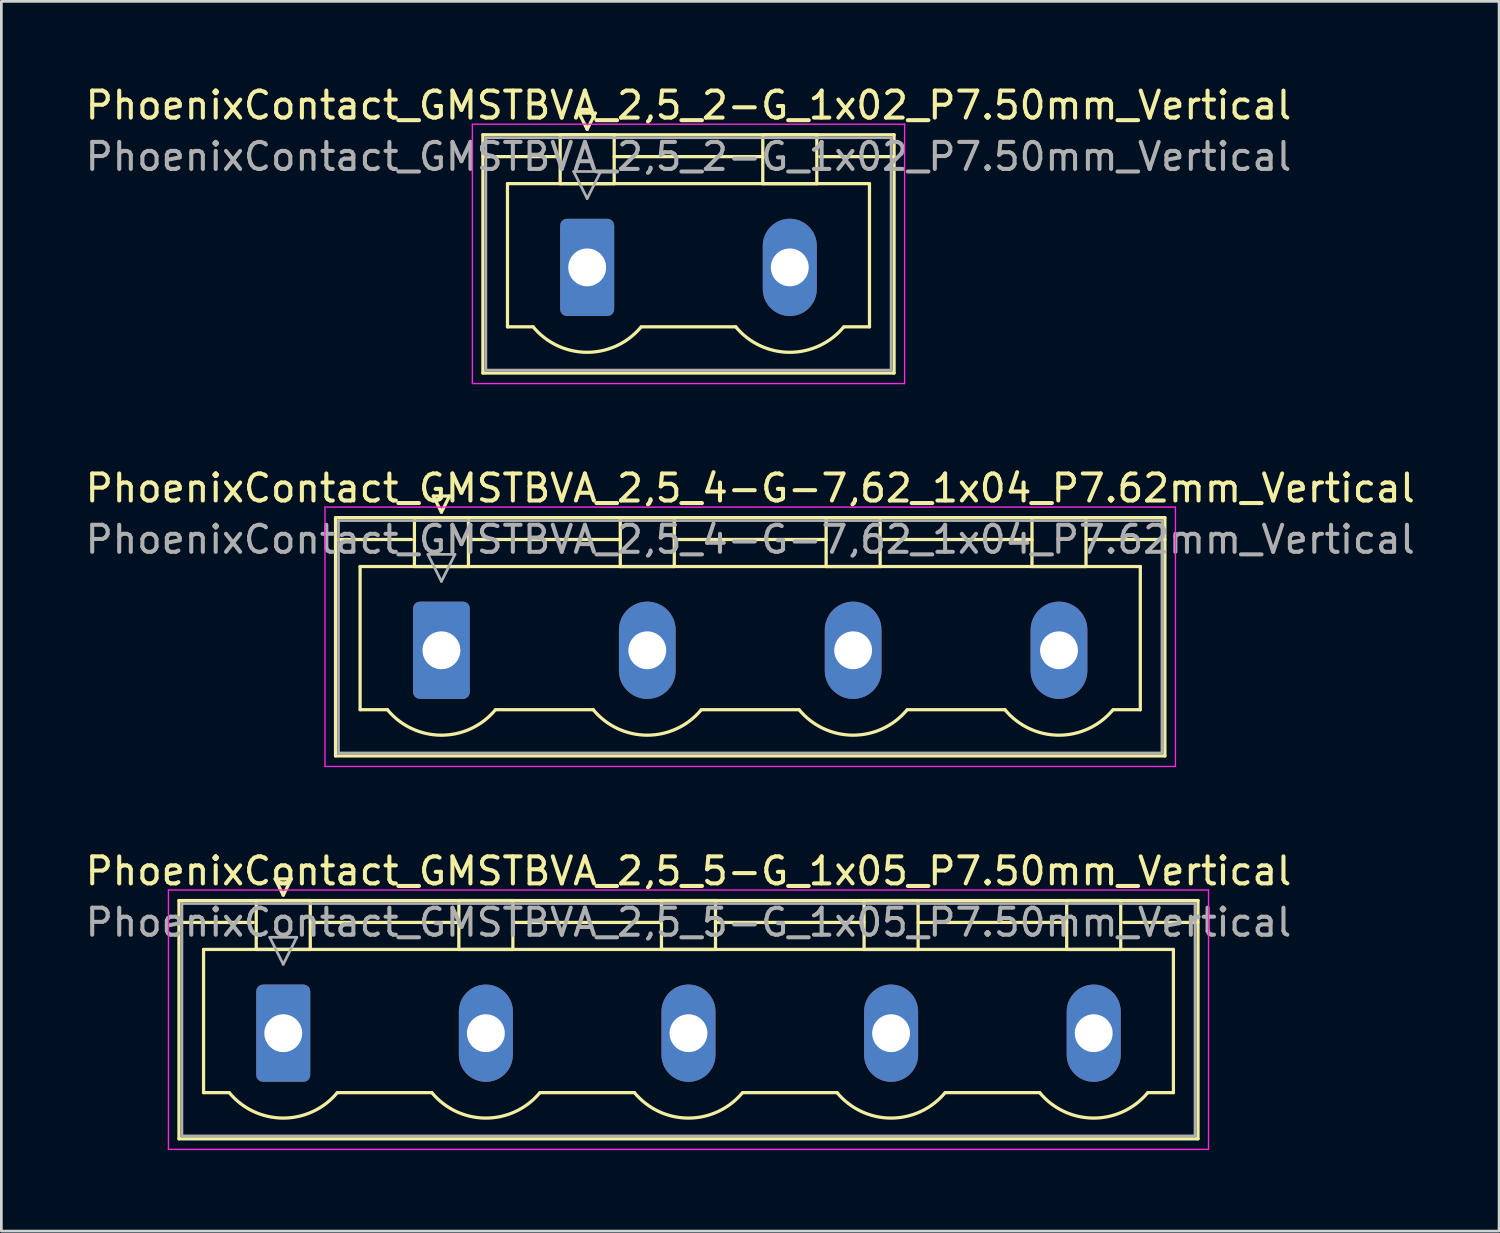
<source format=kicad_pcb>
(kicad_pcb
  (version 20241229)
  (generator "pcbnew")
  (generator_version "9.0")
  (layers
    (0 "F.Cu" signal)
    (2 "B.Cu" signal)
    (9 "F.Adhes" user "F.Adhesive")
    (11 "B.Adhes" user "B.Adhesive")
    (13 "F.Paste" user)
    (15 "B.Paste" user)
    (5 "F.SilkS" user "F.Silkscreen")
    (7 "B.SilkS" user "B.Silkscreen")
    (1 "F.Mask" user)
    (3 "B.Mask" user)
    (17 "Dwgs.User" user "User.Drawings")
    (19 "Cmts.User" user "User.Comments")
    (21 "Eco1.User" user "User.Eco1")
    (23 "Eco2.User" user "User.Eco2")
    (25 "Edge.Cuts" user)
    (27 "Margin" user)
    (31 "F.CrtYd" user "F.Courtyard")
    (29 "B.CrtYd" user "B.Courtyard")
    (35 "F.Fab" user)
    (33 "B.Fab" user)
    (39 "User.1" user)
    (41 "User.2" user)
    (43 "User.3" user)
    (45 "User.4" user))
  (footprint "PhoenixContact_GMSTBVA_2,5_4-G-7,62_1x04_P7.62mm_Vertical"
    (layer "F.Cu")
    (at 13.29 21.021)
    (property "Reference" "PhoenixContact_GMSTBVA_2,5_4-G-7,62_1x04_P7.62mm_Vertical" (at 11.43 -6 0) (layer "F.SilkS") (effects (font (size 1 1) (thickness 0.15))))
    (attr through_hole)
    (fp_line (start -3.92 -4.91) (end -3.92 3.91) (stroke (width 0.12) (type solid)) (layer "F.SilkS"))
    (fp_line (start -3.92 -4.1) (end -1.11 -4.1) (stroke (width 0.12) (type solid)) (layer "F.SilkS"))
    (fp_line (start -3.92 3.91) (end 26.78 3.91) (stroke (width 0.12) (type solid)) (layer "F.SilkS"))
    (fp_line (start -3.01 -3.1) (end 25.87 -3.1) (stroke (width 0.12) (type solid)) (layer "F.SilkS"))
    (fp_line (start -3.01 2.2) (end -3.01 -3.1) (stroke (width 0.12) (type solid)) (layer "F.SilkS"))
    (fp_line (start -2 2.2) (end -3.01 2.2) (stroke (width 0.12) (type solid)) (layer "F.SilkS"))
    (fp_line (start -1 -4.91) (end 1 -4.91) (stroke (width 0.12) (type solid)) (layer "F.SilkS"))
    (fp_line (start -1 -3.1) (end -1 -4.91) (stroke (width 0.12) (type solid)) (layer "F.SilkS"))
    (fp_line (start -0.3 -5.71) (end 0.3 -5.71) (stroke (width 0.12) (type solid)) (layer "F.SilkS"))
    (fp_line (start 0 -5.11) (end -0.3 -5.71) (stroke (width 0.12) (type solid)) (layer "F.SilkS"))
    (fp_line (start 0.3 -5.71) (end 0 -5.11) (stroke (width 0.12) (type solid)) (layer "F.SilkS"))
    (fp_line (start 1 -4.91) (end 1 -3.1) (stroke (width 0.12) (type solid)) (layer "F.SilkS"))
    (fp_line (start 1 -4.1) (end 6.62 -4.1) (stroke (width 0.12) (type solid)) (layer "F.SilkS"))
    (fp_line (start 1 -3.1) (end -1 -3.1) (stroke (width 0.12) (type solid)) (layer "F.SilkS"))
    (fp_line (start 2 2.2) (end 5.62 2.2) (stroke (width 0.12) (type solid)) (layer "F.SilkS"))
    (fp_line (start 6.62 -4.91) (end 8.62 -4.91) (stroke (width 0.12) (type solid)) (layer "F.SilkS"))
    (fp_line (start 6.62 -3.1) (end 6.62 -4.91) (stroke (width 0.12) (type solid)) (layer "F.SilkS"))
    (fp_line (start 8.62 -4.91) (end 8.62 -3.1) (stroke (width 0.12) (type solid)) (layer "F.SilkS"))
    (fp_line (start 8.62 -4.1) (end 14.24 -4.1) (stroke (width 0.12) (type solid)) (layer "F.SilkS"))
    (fp_line (start 8.62 -3.1) (end 6.62 -3.1) (stroke (width 0.12) (type solid)) (layer "F.SilkS"))
    (fp_line (start 9.62 2.2) (end 13.24 2.2) (stroke (width 0.12) (type solid)) (layer "F.SilkS"))
    (fp_line (start 14.24 -4.91) (end 16.24 -4.91) (stroke (width 0.12) (type solid)) (layer "F.SilkS"))
    (fp_line (start 14.24 -3.1) (end 14.24 -4.91) (stroke (width 0.12) (type solid)) (layer "F.SilkS"))
    (fp_line (start 16.24 -4.91) (end 16.24 -3.1) (stroke (width 0.12) (type solid)) (layer "F.SilkS"))
    (fp_line (start 16.24 -4.1) (end 21.86 -4.1) (stroke (width 0.12) (type solid)) (layer "F.SilkS"))
    (fp_line (start 16.24 -3.1) (end 14.24 -3.1) (stroke (width 0.12) (type solid)) (layer "F.SilkS"))
    (fp_line (start 17.24 2.2) (end 20.86 2.2) (stroke (width 0.12) (type solid)) (layer "F.SilkS"))
    (fp_line (start 21.86 -4.91) (end 23.86 -4.91) (stroke (width 0.12) (type solid)) (layer "F.SilkS"))
    (fp_line (start 21.86 -3.1) (end 21.86 -4.91) (stroke (width 0.12) (type solid)) (layer "F.SilkS"))
    (fp_line (start 23.86 -4.91) (end 23.86 -3.1) (stroke (width 0.12) (type solid)) (layer "F.SilkS"))
    (fp_line (start 23.86 -3.1) (end 21.86 -3.1) (stroke (width 0.12) (type solid)) (layer "F.SilkS"))
    (fp_line (start 25.87 -3.1) (end 25.87 2.2) (stroke (width 0.12) (type solid)) (layer "F.SilkS"))
    (fp_line (start 25.87 2.2) (end 24.86 2.2) (stroke (width 0.12) (type solid)) (layer "F.SilkS"))
    (fp_line (start 26.78 -4.91) (end -3.92 -4.91) (stroke (width 0.12) (type solid)) (layer "F.SilkS"))
    (fp_line (start 26.78 -4.1) (end 23.97 -4.1) (stroke (width 0.12) (type solid)) (layer "F.SilkS"))
    (fp_line (start 26.78 3.91) (end 26.78 -4.91) (stroke (width 0.12) (type solid)) (layer "F.SilkS"))
    (fp_arc (start 1.986842 2.215821) (mid -0.010289 3.142758) (end -2 2.2) (stroke (width 0.12) (type solid)) (layer "F.SilkS"))
    (fp_arc (start 9.606842 2.215821) (mid 7.609711 3.142758) (end 5.62 2.2) (stroke (width 0.12) (type solid)) (layer "F.SilkS"))
    (fp_arc (start 17.226842 2.215821) (mid 15.229711 3.142758) (end 13.24 2.2) (stroke (width 0.12) (type solid)) (layer "F.SilkS"))
    (fp_arc (start 24.846842 2.215821) (mid 22.849711 3.142758) (end 20.86 2.2) (stroke (width 0.12) (type solid)) (layer "F.SilkS"))
    (fp_line (start -4.31 -5.3) (end -4.31 4.3) (stroke (width 0.05) (type solid)) (layer "F.CrtYd"))
    (fp_line (start -4.31 4.3) (end 27.17 4.3) (stroke (width 0.05) (type solid)) (layer "F.CrtYd"))
    (fp_line (start 27.17 -5.3) (end -4.31 -5.3) (stroke (width 0.05) (type solid)) (layer "F.CrtYd"))
    (fp_line (start 27.17 4.3) (end 27.17 -5.3) (stroke (width 0.05) (type solid)) (layer "F.CrtYd"))
    (fp_line (start -3.81 -4.8) (end -3.81 3.8) (stroke (width 0.1) (type solid)) (layer "F.Fab"))
    (fp_line (start -3.81 3.8) (end 26.67 3.8) (stroke (width 0.1) (type solid)) (layer "F.Fab"))
    (fp_line (start -0.5 -3.55) (end 0.5 -3.55) (stroke (width 0.1) (type solid)) (layer "F.Fab"))
    (fp_line (start 0 -2.55) (end -0.5 -3.55) (stroke (width 0.1) (type solid)) (layer "F.Fab"))
    (fp_line (start 0.5 -3.55) (end 0 -2.55) (stroke (width 0.1) (type solid)) (layer "F.Fab"))
    (fp_line (start 26.67 -4.8) (end -3.81 -4.8) (stroke (width 0.1) (type solid)) (layer "F.Fab"))
    (fp_line (start 26.67 3.8) (end 26.67 -4.8) (stroke (width 0.1) (type solid)) (layer "F.Fab"))
    (fp_text user "${REFERENCE}" (at 11.43 -4.1 0) (layer "F.Fab") (effects (font (size 1 1) (thickness 0.15))))
    (pad "1" thru_hole roundrect (at 0 0) (size 2.1 3.6) (drill 1.4) (layers "*.Cu" "*.Mask") (roundrect_rratio 0.119))
    (pad "2" thru_hole oval (at 7.62 0) (size 2.1 3.6) (drill 1.4) (layers "*.Cu" "*.Mask"))
    (pad "3" thru_hole oval (at 15.24 0) (size 2.1 3.6) (drill 1.4) (layers "*.Cu" "*.Mask"))
    (pad "4" thru_hole oval (at 22.86 0) (size 2.1 3.6) (drill 1.4) (layers "*.Cu" "*.Mask")))
  (footprint "PhoenixContact_GMSTBVA_2,5_5-G_1x05_P7.50mm_Vertical"
    (layer "F.Cu")
    (at 7.435 35.195)
    (property "Reference" "PhoenixContact_GMSTBVA_2,5_5-G_1x05_P7.50mm_Vertical" (at 15 -6 0) (layer "F.SilkS") (effects (font (size 1 1) (thickness 0.15))))
    (attr through_hole)
    (fp_line (start -3.86 -4.91) (end -3.86 3.91) (stroke (width 0.12) (type solid)) (layer "F.SilkS"))
    (fp_line (start -3.86 -4.1) (end -1.11 -4.1) (stroke (width 0.12) (type solid)) (layer "F.SilkS"))
    (fp_line (start -3.86 3.91) (end 33.86 3.91) (stroke (width 0.12) (type solid)) (layer "F.SilkS"))
    (fp_line (start -2.95 -3.1) (end 32.95 -3.1) (stroke (width 0.12) (type solid)) (layer "F.SilkS"))
    (fp_line (start -2.95 2.2) (end -2.95 -3.1) (stroke (width 0.12) (type solid)) (layer "F.SilkS"))
    (fp_line (start -2 2.2) (end -2.95 2.2) (stroke (width 0.12) (type solid)) (layer "F.SilkS"))
    (fp_line (start -1 -4.91) (end 1 -4.91) (stroke (width 0.12) (type solid)) (layer "F.SilkS"))
    (fp_line (start -1 -3.1) (end -1 -4.91) (stroke (width 0.12) (type solid)) (layer "F.SilkS"))
    (fp_line (start -0.3 -5.71) (end 0.3 -5.71) (stroke (width 0.12) (type solid)) (layer "F.SilkS"))
    (fp_line (start 0 -5.11) (end -0.3 -5.71) (stroke (width 0.12) (type solid)) (layer "F.SilkS"))
    (fp_line (start 0.3 -5.71) (end 0 -5.11) (stroke (width 0.12) (type solid)) (layer "F.SilkS"))
    (fp_line (start 1 -4.91) (end 1 -3.1) (stroke (width 0.12) (type solid)) (layer "F.SilkS"))
    (fp_line (start 1 -4.1) (end 6.5 -4.1) (stroke (width 0.12) (type solid)) (layer "F.SilkS"))
    (fp_line (start 1 -3.1) (end -1 -3.1) (stroke (width 0.12) (type solid)) (layer "F.SilkS"))
    (fp_line (start 2 2.2) (end 5.5 2.2) (stroke (width 0.12) (type solid)) (layer "F.SilkS"))
    (fp_line (start 6.5 -4.91) (end 8.5 -4.91) (stroke (width 0.12) (type solid)) (layer "F.SilkS"))
    (fp_line (start 6.5 -3.1) (end 6.5 -4.91) (stroke (width 0.12) (type solid)) (layer "F.SilkS"))
    (fp_line (start 8.5 -4.91) (end 8.5 -3.1) (stroke (width 0.12) (type solid)) (layer "F.SilkS"))
    (fp_line (start 8.5 -4.1) (end 14 -4.1) (stroke (width 0.12) (type solid)) (layer "F.SilkS"))
    (fp_line (start 8.5 -3.1) (end 6.5 -3.1) (stroke (width 0.12) (type solid)) (layer "F.SilkS"))
    (fp_line (start 9.5 2.2) (end 13 2.2) (stroke (width 0.12) (type solid)) (layer "F.SilkS"))
    (fp_line (start 14 -4.91) (end 16 -4.91) (stroke (width 0.12) (type solid)) (layer "F.SilkS"))
    (fp_line (start 14 -3.1) (end 14 -4.91) (stroke (width 0.12) (type solid)) (layer "F.SilkS"))
    (fp_line (start 16 -4.91) (end 16 -3.1) (stroke (width 0.12) (type solid)) (layer "F.SilkS"))
    (fp_line (start 16 -4.1) (end 21.5 -4.1) (stroke (width 0.12) (type solid)) (layer "F.SilkS"))
    (fp_line (start 16 -3.1) (end 14 -3.1) (stroke (width 0.12) (type solid)) (layer "F.SilkS"))
    (fp_line (start 17 2.2) (end 20.5 2.2) (stroke (width 0.12) (type solid)) (layer "F.SilkS"))
    (fp_line (start 21.5 -4.91) (end 23.5 -4.91) (stroke (width 0.12) (type solid)) (layer "F.SilkS"))
    (fp_line (start 21.5 -3.1) (end 21.5 -4.91) (stroke (width 0.12) (type solid)) (layer "F.SilkS"))
    (fp_line (start 23.5 -4.91) (end 23.5 -3.1) (stroke (width 0.12) (type solid)) (layer "F.SilkS"))
    (fp_line (start 23.5 -4.1) (end 29 -4.1) (stroke (width 0.12) (type solid)) (layer "F.SilkS"))
    (fp_line (start 23.5 -3.1) (end 21.5 -3.1) (stroke (width 0.12) (type solid)) (layer "F.SilkS"))
    (fp_line (start 24.5 2.2) (end 28 2.2) (stroke (width 0.12) (type solid)) (layer "F.SilkS"))
    (fp_line (start 29 -4.91) (end 31 -4.91) (stroke (width 0.12) (type solid)) (layer "F.SilkS"))
    (fp_line (start 29 -3.1) (end 29 -4.91) (stroke (width 0.12) (type solid)) (layer "F.SilkS"))
    (fp_line (start 31 -4.91) (end 31 -3.1) (stroke (width 0.12) (type solid)) (layer "F.SilkS"))
    (fp_line (start 31 -3.1) (end 29 -3.1) (stroke (width 0.12) (type solid)) (layer "F.SilkS"))
    (fp_line (start 32.95 -3.1) (end 32.95 2.2) (stroke (width 0.12) (type solid)) (layer "F.SilkS"))
    (fp_line (start 32.95 2.2) (end 32 2.2) (stroke (width 0.12) (type solid)) (layer "F.SilkS"))
    (fp_line (start 33.86 -4.91) (end -3.86 -4.91) (stroke (width 0.12) (type solid)) (layer "F.SilkS"))
    (fp_line (start 33.86 -4.1) (end 31.11 -4.1) (stroke (width 0.12) (type solid)) (layer "F.SilkS"))
    (fp_line (start 33.86 3.91) (end 33.86 -4.91) (stroke (width 0.12) (type solid)) (layer "F.SilkS"))
    (fp_arc (start 1.986842 2.215821) (mid -0.010289 3.142758) (end -2 2.2) (stroke (width 0.12) (type solid)) (layer "F.SilkS"))
    (fp_arc (start 9.486842 2.215821) (mid 7.489711 3.142758) (end 5.5 2.2) (stroke (width 0.12) (type solid)) (layer "F.SilkS"))
    (fp_arc (start 16.986842 2.215821) (mid 14.989711 3.142758) (end 13 2.2) (stroke (width 0.12) (type solid)) (layer "F.SilkS"))
    (fp_arc (start 24.486842 2.215821) (mid 22.489711 3.142758) (end 20.5 2.2) (stroke (width 0.12) (type solid)) (layer "F.SilkS"))
    (fp_arc (start 31.986842 2.215821) (mid 29.989711 3.142758) (end 28 2.2) (stroke (width 0.12) (type solid)) (layer "F.SilkS"))
    (fp_line (start -4.25 -5.3) (end -4.25 4.3) (stroke (width 0.05) (type solid)) (layer "F.CrtYd"))
    (fp_line (start -4.25 4.3) (end 34.25 4.3) (stroke (width 0.05) (type solid)) (layer "F.CrtYd"))
    (fp_line (start 34.25 -5.3) (end -4.25 -5.3) (stroke (width 0.05) (type solid)) (layer "F.CrtYd"))
    (fp_line (start 34.25 4.3) (end 34.25 -5.3) (stroke (width 0.05) (type solid)) (layer "F.CrtYd"))
    (fp_line (start -3.75 -4.8) (end -3.75 3.8) (stroke (width 0.1) (type solid)) (layer "F.Fab"))
    (fp_line (start -3.75 3.8) (end 33.75 3.8) (stroke (width 0.1) (type solid)) (layer "F.Fab"))
    (fp_line (start -0.5 -3.55) (end 0.5 -3.55) (stroke (width 0.1) (type solid)) (layer "F.Fab"))
    (fp_line (start 0 -2.55) (end -0.5 -3.55) (stroke (width 0.1) (type solid)) (layer "F.Fab"))
    (fp_line (start 0.5 -3.55) (end 0 -2.55) (stroke (width 0.1) (type solid)) (layer "F.Fab"))
    (fp_line (start 33.75 -4.8) (end -3.75 -4.8) (stroke (width 0.1) (type solid)) (layer "F.Fab"))
    (fp_line (start 33.75 3.8) (end 33.75 -4.8) (stroke (width 0.1) (type solid)) (layer "F.Fab"))
    (fp_text user "${REFERENCE}" (at 15 -4.1 0) (layer "F.Fab") (effects (font (size 1 1) (thickness 0.15))))
    (pad "1" thru_hole roundrect (at 0 0) (size 2 3.6) (drill 1.4) (layers "*.Cu" "*.Mask") (roundrect_rratio 0.125))
    (pad "2" thru_hole oval (at 7.5 0) (size 2 3.6) (drill 1.4) (layers "*.Cu" "*.Mask"))
    (pad "3" thru_hole oval (at 15 0) (size 2 3.6) (drill 1.4) (layers "*.Cu" "*.Mask"))
    (pad "4" thru_hole oval (at 22.5 0) (size 2 3.6) (drill 1.4) (layers "*.Cu" "*.Mask"))
    (pad "5" thru_hole oval (at 30 0) (size 2 3.6) (drill 1.4) (layers "*.Cu" "*.Mask")))
  (footprint "PhoenixContact_GMSTBVA_2,5_2-G_1x02_P7.50mm_Vertical"
    (layer "F.Cu")
    (at 18.685 6.848)
    (property "Reference" "PhoenixContact_GMSTBVA_2,5_2-G_1x02_P7.50mm_Vertical" (at 3.75 -6 0) (layer "F.SilkS") (effects (font (size 1 1) (thickness 0.15))))
    (attr through_hole)
    (fp_line (start -3.86 -4.91) (end -3.86 3.91) (stroke (width 0.12) (type solid)) (layer "F.SilkS"))
    (fp_line (start -3.86 -4.1) (end -1.11 -4.1) (stroke (width 0.12) (type solid)) (layer "F.SilkS"))
    (fp_line (start -3.86 3.91) (end 11.36 3.91) (stroke (width 0.12) (type solid)) (layer "F.SilkS"))
    (fp_line (start -2.95 -3.1) (end 10.45 -3.1) (stroke (width 0.12) (type solid)) (layer "F.SilkS"))
    (fp_line (start -2.95 2.2) (end -2.95 -3.1) (stroke (width 0.12) (type solid)) (layer "F.SilkS"))
    (fp_line (start -2 2.2) (end -2.95 2.2) (stroke (width 0.12) (type solid)) (layer "F.SilkS"))
    (fp_line (start -1 -4.91) (end 1 -4.91) (stroke (width 0.12) (type solid)) (layer "F.SilkS"))
    (fp_line (start -1 -3.1) (end -1 -4.91) (stroke (width 0.12) (type solid)) (layer "F.SilkS"))
    (fp_line (start -0.3 -5.71) (end 0.3 -5.71) (stroke (width 0.12) (type solid)) (layer "F.SilkS"))
    (fp_line (start 0 -5.11) (end -0.3 -5.71) (stroke (width 0.12) (type solid)) (layer "F.SilkS"))
    (fp_line (start 0.3 -5.71) (end 0 -5.11) (stroke (width 0.12) (type solid)) (layer "F.SilkS"))
    (fp_line (start 1 -4.91) (end 1 -3.1) (stroke (width 0.12) (type solid)) (layer "F.SilkS"))
    (fp_line (start 1 -4.1) (end 6.5 -4.1) (stroke (width 0.12) (type solid)) (layer "F.SilkS"))
    (fp_line (start 1 -3.1) (end -1 -3.1) (stroke (width 0.12) (type solid)) (layer "F.SilkS"))
    (fp_line (start 2 2.2) (end 5.5 2.2) (stroke (width 0.12) (type solid)) (layer "F.SilkS"))
    (fp_line (start 6.5 -4.91) (end 8.5 -4.91) (stroke (width 0.12) (type solid)) (layer "F.SilkS"))
    (fp_line (start 6.5 -3.1) (end 6.5 -4.91) (stroke (width 0.12) (type solid)) (layer "F.SilkS"))
    (fp_line (start 8.5 -4.91) (end 8.5 -3.1) (stroke (width 0.12) (type solid)) (layer "F.SilkS"))
    (fp_line (start 8.5 -3.1) (end 6.5 -3.1) (stroke (width 0.12) (type solid)) (layer "F.SilkS"))
    (fp_line (start 10.45 -3.1) (end 10.45 2.2) (stroke (width 0.12) (type solid)) (layer "F.SilkS"))
    (fp_line (start 10.45 2.2) (end 9.5 2.2) (stroke (width 0.12) (type solid)) (layer "F.SilkS"))
    (fp_line (start 11.36 -4.91) (end -3.86 -4.91) (stroke (width 0.12) (type solid)) (layer "F.SilkS"))
    (fp_line (start 11.36 -4.1) (end 8.61 -4.1) (stroke (width 0.12) (type solid)) (layer "F.SilkS"))
    (fp_line (start 11.36 3.91) (end 11.36 -4.91) (stroke (width 0.12) (type solid)) (layer "F.SilkS"))
    (fp_arc (start 1.986842 2.215821) (mid -0.010289 3.142758) (end -2 2.2) (stroke (width 0.12) (type solid)) (layer "F.SilkS"))
    (fp_arc (start 9.486842 2.215821) (mid 7.489711 3.142758) (end 5.5 2.2) (stroke (width 0.12) (type solid)) (layer "F.SilkS"))
    (fp_line (start -4.25 -5.3) (end -4.25 4.3) (stroke (width 0.05) (type solid)) (layer "F.CrtYd"))
    (fp_line (start -4.25 4.3) (end 11.75 4.3) (stroke (width 0.05) (type solid)) (layer "F.CrtYd"))
    (fp_line (start 11.75 -5.3) (end -4.25 -5.3) (stroke (width 0.05) (type solid)) (layer "F.CrtYd"))
    (fp_line (start 11.75 4.3) (end 11.75 -5.3) (stroke (width 0.05) (type solid)) (layer "F.CrtYd"))
    (fp_line (start -3.75 -4.8) (end -3.75 3.8) (stroke (width 0.1) (type solid)) (layer "F.Fab"))
    (fp_line (start -3.75 3.8) (end 11.25 3.8) (stroke (width 0.1) (type solid)) (layer "F.Fab"))
    (fp_line (start -0.5 -3.55) (end 0.5 -3.55) (stroke (width 0.1) (type solid)) (layer "F.Fab"))
    (fp_line (start 0 -2.55) (end -0.5 -3.55) (stroke (width 0.1) (type solid)) (layer "F.Fab"))
    (fp_line (start 0.5 -3.55) (end 0 -2.55) (stroke (width 0.1) (type solid)) (layer "F.Fab"))
    (fp_line (start 11.25 -4.8) (end -3.75 -4.8) (stroke (width 0.1) (type solid)) (layer "F.Fab"))
    (fp_line (start 11.25 3.8) (end 11.25 -4.8) (stroke (width 0.1) (type solid)) (layer "F.Fab"))
    (fp_text user "${REFERENCE}" (at 3.75 -4.1 0) (layer "F.Fab") (effects (font (size 1 1) (thickness 0.15))))
    (pad "1" thru_hole roundrect (at 0 0) (size 2 3.6) (drill 1.4) (layers "*.Cu" "*.Mask") (roundrect_rratio 0.125))
    (pad "2" thru_hole oval (at 7.5 0) (size 2 3.6) (drill 1.4) (layers "*.Cu" "*.Mask")))
  (gr_rect
    (start -3 -3)
    (end 52.44 42.52)
    (stroke (width 0.1) (type default))
    (fill no)
    (layer "Edge.Cuts")))
</source>
